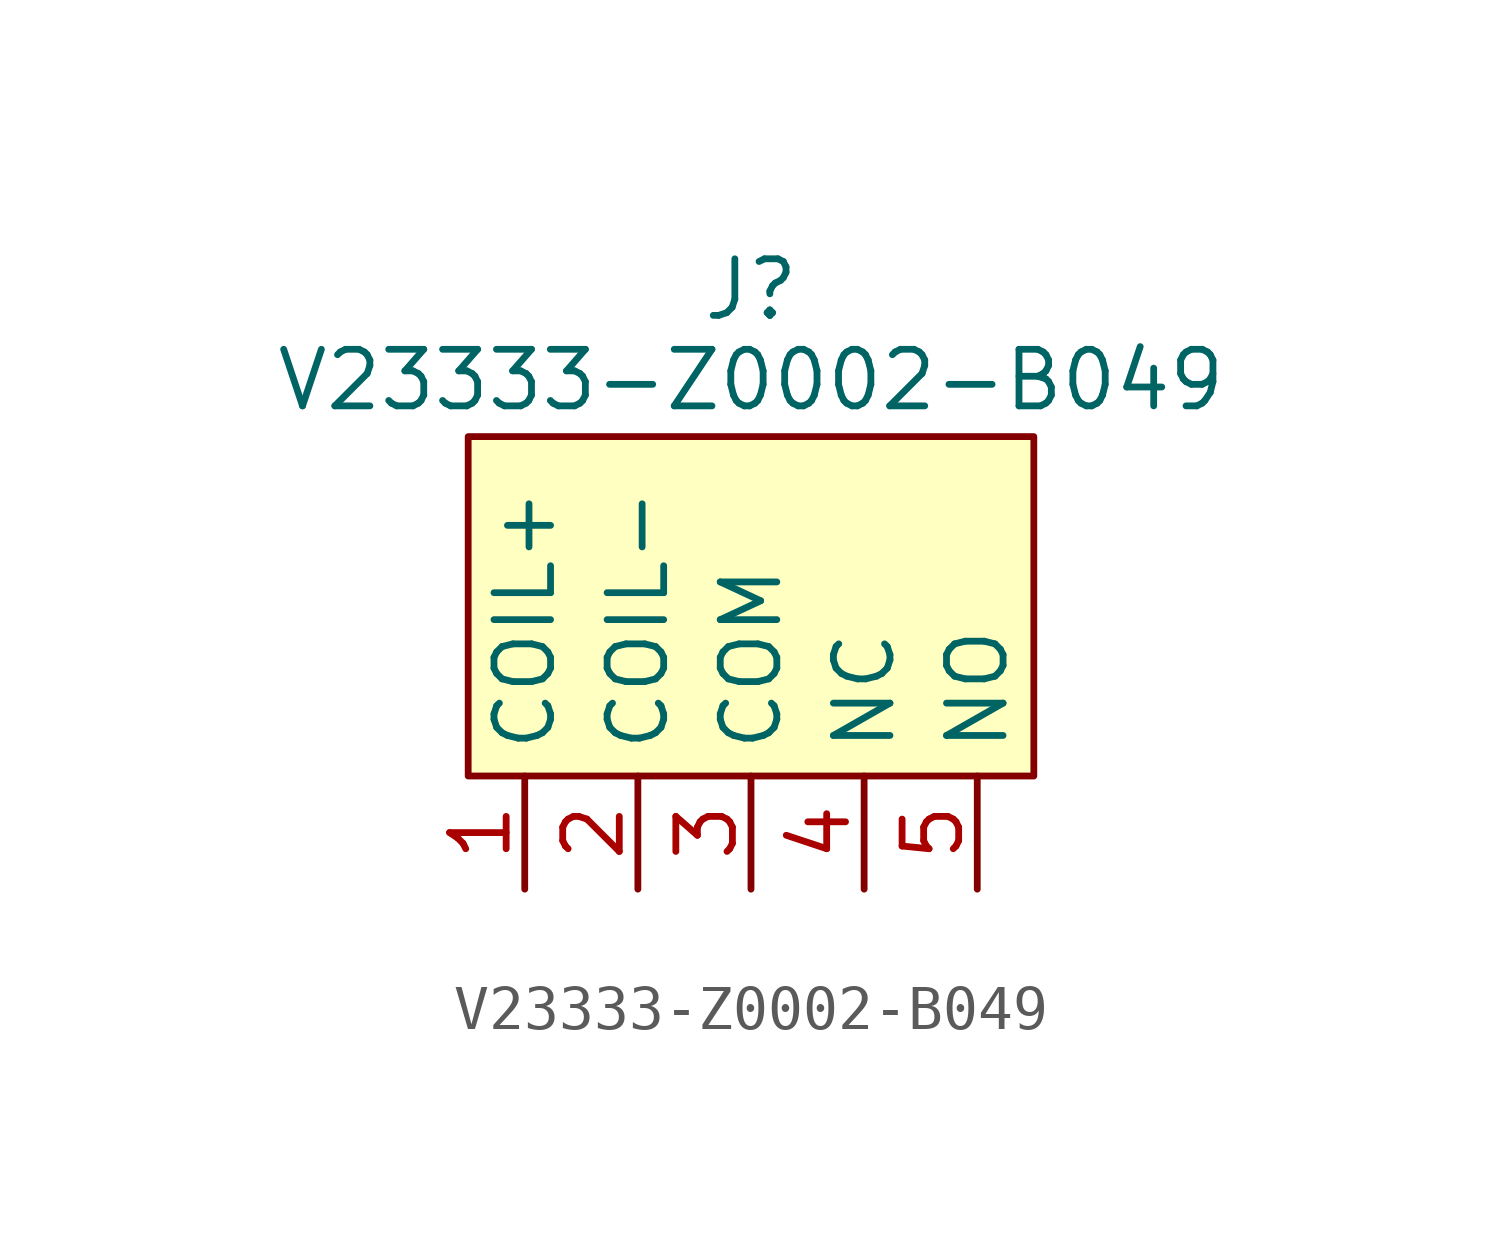
<source format=kicad_sym>
(kicad_symbol_lib
  (version 20231120)
  (generator "kicad_symbol_editor")
  (generator_version "8.0")
  (symbol "V23333-Z0002-B049"
    (property "Reference" "J"
      (at 0 7.112 0)
      (effects (font (size 1.27 1.27))))
    (property "Value" "V23333-Z0002-B049"
      (at 0 5.08 0)
      (effects (font (size 1.27 1.27))))
    (symbol "V23333-Z0002-B049_1_1"
      (rectangle (start -6.35 3.81) (end 6.35 -3.81) (stroke (width 0) (type solid)) (fill (type background)))
      (pin input line (at -5.08 -6.35 90) (length 2.54) (name "COIL+" (effects (font (size 1.27 1.27)))) (number "1" (effects (font (size 1.27 1.27)))))
      (pin output line (at -2.54 -6.35 90) (length 2.54) (name "COIL-" (effects (font (size 1.27 1.27)))) (number "2" (effects (font (size 1.27 1.27)))))
      (pin bidirectional line (at 0 -6.35 90) (length 2.54) (name "COM" (effects (font (size 1.27 1.27)))) (number "3" (effects (font (size 1.27 1.27)))))
      (pin bidirectional line (at 2.54 -6.35 90) (length 2.54) (name "NC" (effects (font (size 1.27 1.27)))) (number "4" (effects (font (size 1.27 1.27)))))
      (pin bidirectional line (at 5.08 -6.35 90) (length 2.54) (name "NO" (effects (font (size 1.27 1.27)))) (number "5" (effects (font (size 1.27 1.27))))))))
</source>
